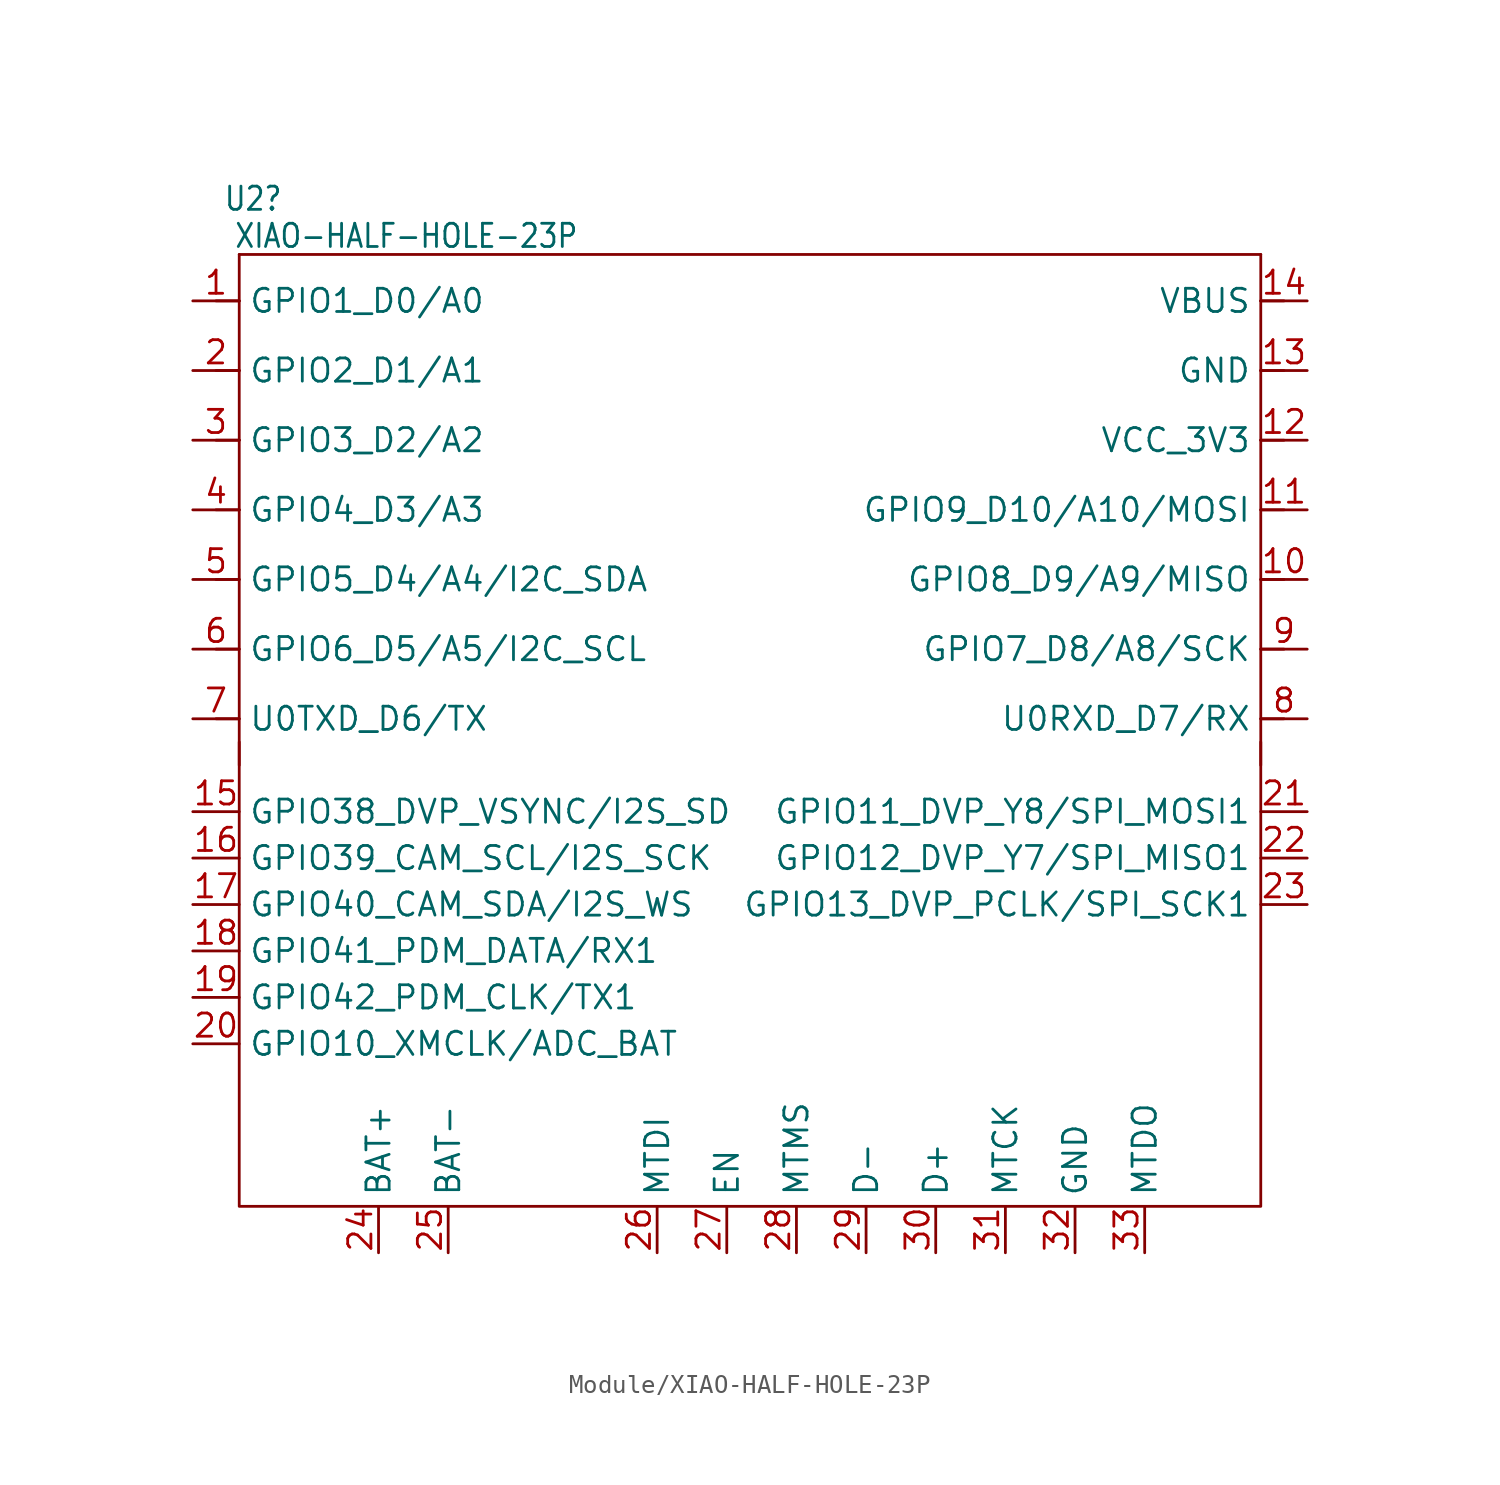
<source format=kicad_sym>
(kicad_symbol_lib
  (version 20241209)
  (generator "kicad_symbol_editor")
  (generator_version "9.0")
  (symbol "Module/XIAO-HALF-HOLE-23P"
    (property "Reference" "U2"
      (at -20.828 17.018 0)
      (effects (font (size 1.27 1.079))))
    (property "Value" "XIAO-HALF-HOLE-23P"
      (at -12.446 14.986 0)
      (effects (font (size 1.27 1.079))))
    (property "Rating" ""
      (at 0 0 0)
      (effects (font (size 1 1))))
    (symbol "Module/XIAO-HALF-HOLE-23P_0_1"
      (polyline (pts (xy -21.59 -12.7) (xy -21.59 -38.1) (xy 34.29 -38.1) (xy 34.29 -12.7)) (stroke (width 0) (type default)) (fill (type none))))
    (symbol "Module/XIAO-HALF-HOLE-23P_1_0"
      (polyline (pts (xy -21.59 13.97) (xy 34.29 13.97)) (stroke (width 0.152) (type solid)) (fill (type none)))
      (polyline (pts (xy -21.59 11.43) (xy -22.86 11.43)) (stroke (width 0.152) (type solid)) (fill (type none)))
      (polyline (pts (xy -21.59 11.43) (xy -21.59 13.97)) (stroke (width 0.152) (type solid)) (fill (type none)))
      (polyline (pts (xy -21.59 7.62) (xy -22.86 7.62)) (stroke (width 0.152) (type solid)) (fill (type none)))
      (polyline (pts (xy -21.59 7.62) (xy -21.59 11.43)) (stroke (width 0.152) (type solid)) (fill (type none)))
      (polyline (pts (xy -21.59 3.81) (xy -22.86 3.81)) (stroke (width 0.152) (type solid)) (fill (type none)))
      (polyline (pts (xy -21.59 3.81) (xy -21.59 7.62)) (stroke (width 0.152) (type solid)) (fill (type none)))
      (polyline (pts (xy -21.59 0) (xy -22.86 0)) (stroke (width 0.152) (type solid)) (fill (type none)))
      (polyline (pts (xy -21.59 0) (xy -21.59 3.81)) (stroke (width 0.152) (type solid)) (fill (type none)))
      (polyline (pts (xy -21.59 -3.81) (xy -22.86 -3.81)) (stroke (width 0.152) (type solid)) (fill (type none)))
      (polyline (pts (xy -21.59 -7.62) (xy -22.86 -7.62)) (stroke (width 0.152) (type solid)) (fill (type none)))
      (polyline (pts (xy -21.59 -11.43) (xy -22.86 -11.43)) (stroke (width 0.152) (type solid)) (fill (type none)))
      (polyline (pts (xy -21.59 -13.97) (xy -21.59 0)) (stroke (width 0.152) (type solid)) (fill (type none)))
      (polyline (pts (xy 34.29 13.97) (xy 34.29 11.43)) (stroke (width 0.152) (type solid)) (fill (type none)))
      (polyline (pts (xy 34.29 11.43) (xy 34.29 7.62)) (stroke (width 0.152) (type solid)) (fill (type none)))
      (polyline (pts (xy 34.29 7.62) (xy 34.29 3.81)) (stroke (width 0.152) (type solid)) (fill (type none)))
      (polyline (pts (xy 34.29 3.81) (xy 34.29 -13.97)) (stroke (width 0.152) (type solid)) (fill (type none)))
      (polyline (pts (xy 35.56 11.43) (xy 34.29 11.43)) (stroke (width 0.152) (type solid)) (fill (type none)))
      (polyline (pts (xy 35.56 7.62) (xy 34.29 7.62)) (stroke (width 0.152) (type solid)) (fill (type none)))
      (polyline (pts (xy 35.56 3.81) (xy 34.29 3.81)) (stroke (width 0.152) (type solid)) (fill (type none)))
      (polyline (pts (xy 35.56 0) (xy 34.29 0)) (stroke (width 0.152) (type solid)) (fill (type none)))
      (polyline (pts (xy 35.56 -3.81) (xy 34.29 -3.81)) (stroke (width 0.152) (type solid)) (fill (type none)))
      (polyline (pts (xy 35.56 -7.62) (xy 34.29 -7.62)) (stroke (width 0.152) (type solid)) (fill (type none)))
      (polyline (pts (xy 35.56 -11.43) (xy 34.29 -11.43)) (stroke (width 0.152) (type solid)) (fill (type none)))
      (pin passive line (at -24.13 11.43 0) (length 2.54) (name "GPIO1_D0/A0" (effects (font (size 1.27 1.27)))) (number "1" (effects (font (size 1.27 1.27)))))
      (pin passive line (at -24.13 7.62 0) (length 2.54) (name "GPIO2_D1/A1" (effects (font (size 1.27 1.27)))) (number "2" (effects (font (size 1.27 1.27)))))
      (pin passive line (at -24.13 3.81 0) (length 2.54) (name "GPIO3_D2/A2" (effects (font (size 1.27 1.27)))) (number "3" (effects (font (size 1.27 1.27)))))
      (pin passive line (at -24.13 0 0) (length 2.54) (name "GPIO4_D3/A3" (effects (font (size 1.27 1.27)))) (number "4" (effects (font (size 1.27 1.27)))))
      (pin passive line (at -24.13 -3.81 0) (length 2.54) (name "GPIO5_D4/A4/I2C_SDA" (effects (font (size 1.27 1.27)))) (number "5" (effects (font (size 1.27 1.27)))))
      (pin passive line (at -24.13 -7.62 0) (length 2.54) (name "GPIO6_D5/A5/I2C_SCL" (effects (font (size 1.27 1.27)))) (number "6" (effects (font (size 1.27 1.27)))))
      (pin passive line (at -24.13 -11.43 0) (length 2.54) (name "U0TXD_D6/TX" (effects (font (size 1.27 1.27)))) (number "7" (effects (font (size 1.27 1.27)))))
      (pin passive line (at 36.83 11.43 180) (length 2.54) (name "VBUS" (effects (font (size 1.27 1.27)))) (number "14" (effects (font (size 1.27 1.27)))))
      (pin passive line (at 36.83 7.62 180) (length 2.54) (name "GND" (effects (font (size 1.27 1.27)))) (number "13" (effects (font (size 1.27 1.27)))))
      (pin passive line (at 36.83 3.81 180) (length 2.54) (name "VCC_3V3" (effects (font (size 1.27 1.27)))) (number "12" (effects (font (size 1.27 1.27)))))
      (pin passive line (at 36.83 0 180) (length 2.54) (name "GPIO9_D10/A10/MOSI" (effects (font (size 1.27 1.27)))) (number "11" (effects (font (size 1.27 1.27)))))
      (pin passive line (at 36.83 -3.81 180) (length 2.54) (name "GPIO8_D9/A9/MISO" (effects (font (size 1.27 1.27)))) (number "10" (effects (font (size 1.27 1.27)))))
      (pin passive line (at 36.83 -7.62 180) (length 2.54) (name "GPIO7_D8/A8/SCK" (effects (font (size 1.27 1.27)))) (number "9" (effects (font (size 1.27 1.27)))))
      (pin passive line (at 36.83 -11.43 180) (length 2.54) (name "U0RXD_D7/RX" (effects (font (size 1.27 1.27)))) (number "8" (effects (font (size 1.27 1.27))))))
    (symbol "Module/XIAO-HALF-HOLE-23P_1_1"
      (pin passive line (at -24.13 -16.51 0) (length 2.54) (name "GPIO38_DVP_VSYNC/I2S_SD" (effects (font (size 1.27 1.27)))) (number "15" (effects (font (size 1.27 1.27)))))
      (pin passive line (at -24.13 -19.05 0) (length 2.54) (name "GPIO39_CAM_SCL/I2S_SCK" (effects (font (size 1.27 1.27)))) (number "16" (effects (font (size 1.27 1.27)))))
      (pin passive line (at -24.13 -21.59 0) (length 2.54) (name "GPIO40_CAM_SDA/I2S_WS" (effects (font (size 1.27 1.27)))) (number "17" (effects (font (size 1.27 1.27)))))
      (pin passive line (at -24.13 -24.13 0) (length 2.54) (name "GPIO41_PDM_DATA/RX1" (effects (font (size 1.27 1.27)))) (number "18" (effects (font (size 1.27 1.27)))))
      (pin passive line (at -24.13 -26.67 0) (length 2.54) (name "GPIO42_PDM_CLK/TX1" (effects (font (size 1.27 1.27)))) (number "19" (effects (font (size 1.27 1.27)))))
      (pin passive line (at -24.13 -29.21 0) (length 2.54) (name "GPIO10_XMCLK/ADC_BAT" (effects (font (size 1.27 1.27)))) (number "20" (effects (font (size 1.27 1.27)))))
      (pin passive line (at -13.97 -40.64 90) (length 2.54) (name "BAT+" (effects (font (size 1.27 1.27)))) (number "24" (effects (font (size 1.27 1.27)))))
      (pin passive line (at -10.16 -40.64 90) (length 2.54) (name "BAT-" (effects (font (size 1.27 1.27)))) (number "25" (effects (font (size 1.27 1.27)))))
      (pin passive line (at 1.27 -40.64 90) (length 2.54) (name "MTDI" (effects (font (size 1.27 1.27)))) (number "26" (effects (font (size 1.27 1.27)))))
      (pin passive line (at 5.08 -40.64 90) (length 2.54) (name "EN" (effects (font (size 1.27 1.27)))) (number "27" (effects (font (size 1.27 1.27)))))
      (pin passive line (at 8.89 -40.64 90) (length 2.54) (name "MTMS" (effects (font (size 1.27 1.27)))) (number "28" (effects (font (size 1.27 1.27)))))
      (pin passive line (at 12.7 -40.64 90) (length 2.54) (name "D-" (effects (font (size 1.27 1.27)))) (number "29" (effects (font (size 1.27 1.27)))))
      (pin passive line (at 16.51 -40.64 90) (length 2.54) (name "D+" (effects (font (size 1.27 1.27)))) (number "30" (effects (font (size 1.27 1.27)))))
      (pin passive line (at 20.32 -40.64 90) (length 2.54) (name "MTCK" (effects (font (size 1.27 1.27)))) (number "31" (effects (font (size 1.27 1.27)))))
      (pin passive line (at 24.13 -40.64 90) (length 2.54) (name "GND" (effects (font (size 1.27 1.27)))) (number "32" (effects (font (size 1.27 1.27)))))
      (pin passive line (at 27.94 -40.64 90) (length 2.54) (name "MTDO" (effects (font (size 1.27 1.27)))) (number "33" (effects (font (size 1.27 1.27)))))
      (pin passive line (at 36.83 -16.51 180) (length 2.54) (name "GPIO11_DVP_Y8/SPI_MOSI1" (effects (font (size 1.27 1.27)))) (number "21" (effects (font (size 1.27 1.27)))))
      (pin passive line (at 36.83 -19.05 180) (length 2.54) (name "GPIO12_DVP_Y7/SPI_MISO1" (effects (font (size 1.27 1.27)))) (number "22" (effects (font (size 1.27 1.27)))))
      (pin passive line (at 36.83 -21.59 180) (length 2.54) (name "GPIO13_DVP_PCLK/SPI_SCK1" (effects (font (size 1.27 1.27)))) (number "23" (effects (font (size 1.27 1.27))))))))
</source>
